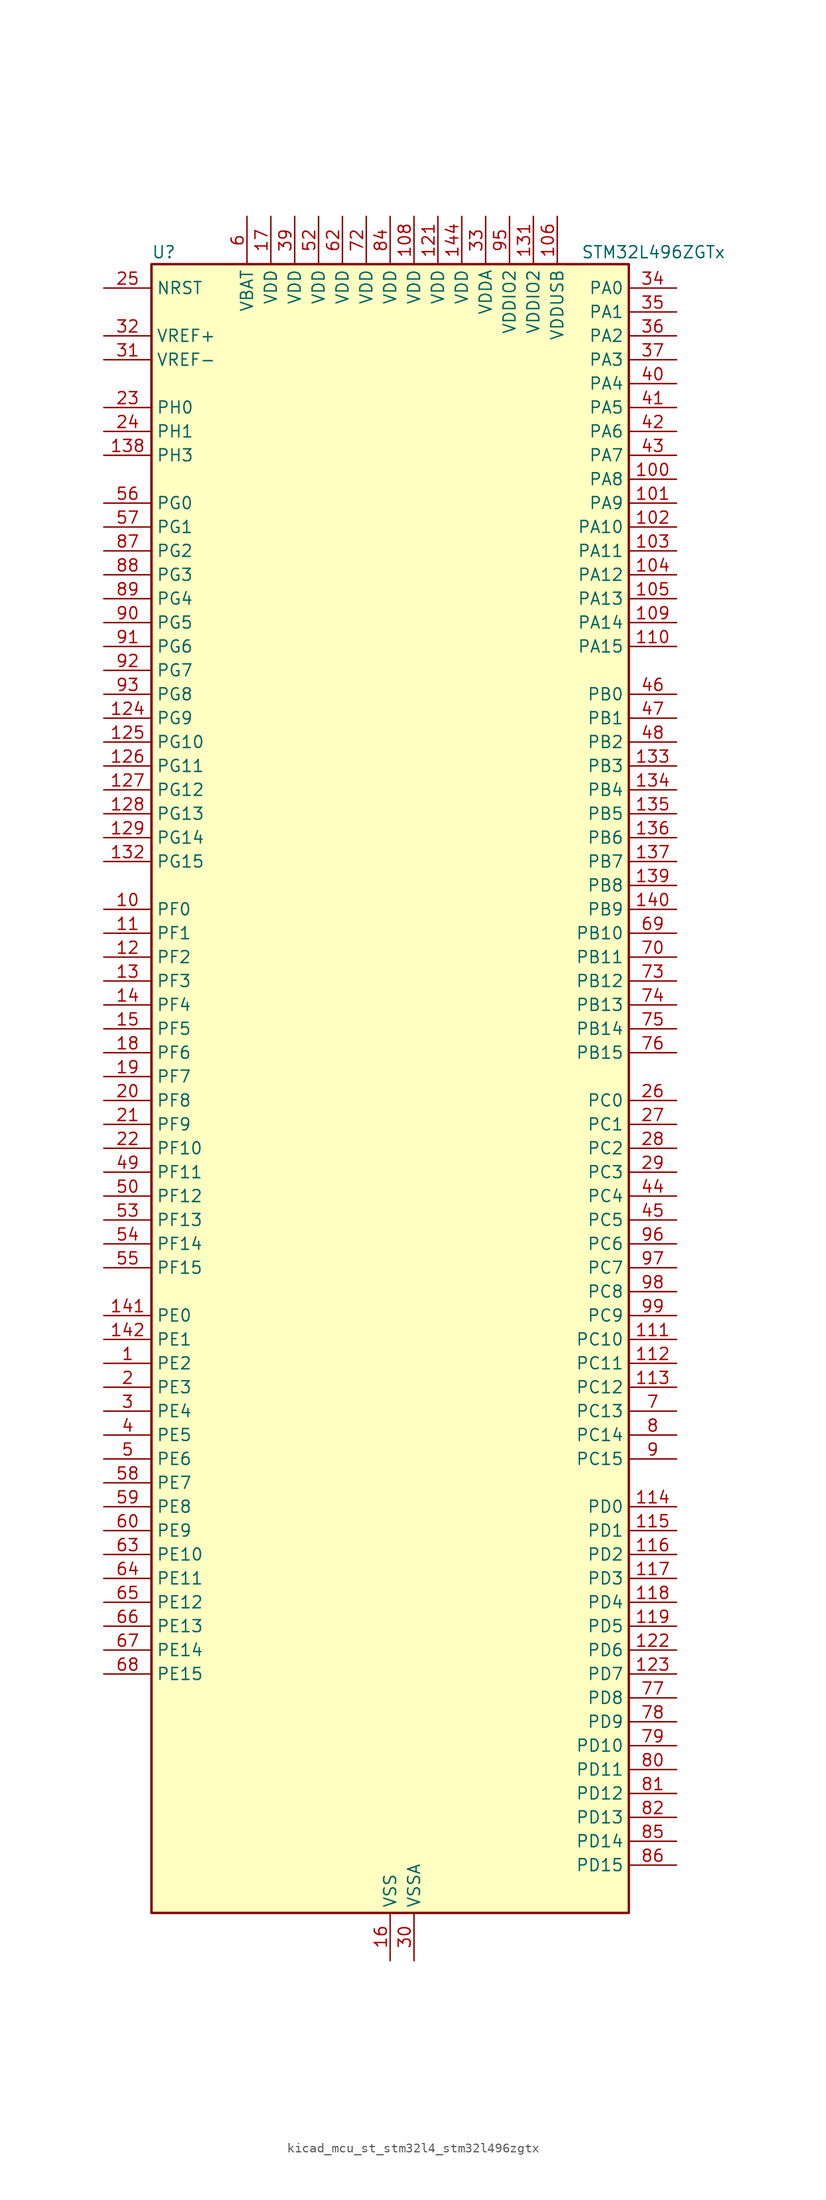
<source format=kicad_sym>
(kicad_symbol_lib
  (version 20220914)
  (generator kicad_symbol_editor)
  (symbol "kicad_mcu_st_stm32l4_stm32l496zgtx"
    (property "Reference" "U"
      (at -25.4 90.17 0)
      (effects (font (size 1.27 1.27)) (justify left)))
    (property "Value" "STM32L496ZGTx"
      (at 20.32 90.17 0)
      (effects (font (size 1.27 1.27)) (justify left)))
    (property "ki_locked" ""
      (at 0 0 0)
      (effects (font (size 1.27 1.27))))
    (symbol "kicad_mcu_st_stm32l4_stm32l496zgtx_0_1"
      (rectangle (start -25.4 -86.36) (end 25.4 88.9) (stroke (width 0.254) (type default)) (fill (type background))))
    (symbol "kicad_mcu_st_stm32l4_stm32l496zgtx_1_1"
      (pin bidirectional line (at -30.48 -27.94 0) (length 5.08) (name "PE2" (effects (font (size 1.27 1.27)))) (number "1" (effects (font (size 1.27 1.27)))) (alternate "FMC_A23" bidirectional line) (alternate "LCD_SEG38" bidirectional line) (alternate "SAI1_MCLK_A" bidirectional line) (alternate "SYS_TRACECLK" bidirectional line) (alternate "TIM3_ETR" bidirectional line) (alternate "TSC_G7_IO1" bidirectional line))
      (pin bidirectional line (at -30.48 20.32 0) (length 5.08) (name "PF0" (effects (font (size 1.27 1.27)))) (number "10" (effects (font (size 1.27 1.27)))) (alternate "FMC_A0" bidirectional line) (alternate "I2C2_SDA" bidirectional line))
      (pin bidirectional line (at 30.48 66.04 180) (length 5.08) (name "PA8" (effects (font (size 1.27 1.27)))) (number "100" (effects (font (size 1.27 1.27)))) (alternate "LCD_COM0" bidirectional line) (alternate "LPTIM2_OUT" bidirectional line) (alternate "RCC_MCO" bidirectional line) (alternate "SAI1_SCK_A" bidirectional line) (alternate "SWPMI1_IO" bidirectional line) (alternate "TIM1_CH1" bidirectional line) (alternate "USART1_CK" bidirectional line) (alternate "USB_OTG_FS_SOF" bidirectional line))
      (pin bidirectional line (at 30.48 63.5 180) (length 5.08) (name "PA9" (effects (font (size 1.27 1.27)))) (number "101" (effects (font (size 1.27 1.27)))) (alternate "DAC1_EXTI9" bidirectional line) (alternate "DCMI_D0" bidirectional line) (alternate "LCD_COM1" bidirectional line) (alternate "SAI1_FS_A" bidirectional line) (alternate "SPI2_SCK" bidirectional line) (alternate "TIM15_BKIN" bidirectional line) (alternate "TIM1_CH2" bidirectional line) (alternate "USART1_TX" bidirectional line) (alternate "USB_OTG_FS_VBUS" bidirectional line))
      (pin bidirectional line (at 30.48 60.96 180) (length 5.08) (name "PA10" (effects (font (size 1.27 1.27)))) (number "102" (effects (font (size 1.27 1.27)))) (alternate "DCMI_D1" bidirectional line) (alternate "LCD_COM2" bidirectional line) (alternate "SAI1_SD_A" bidirectional line) (alternate "TIM17_BKIN" bidirectional line) (alternate "TIM1_CH3" bidirectional line) (alternate "USART1_RX" bidirectional line) (alternate "USB_OTG_FS_ID" bidirectional line))
      (pin bidirectional line (at 30.48 58.42 180) (length 5.08) (name "PA11" (effects (font (size 1.27 1.27)))) (number "103" (effects (font (size 1.27 1.27)))) (alternate "ADC1_EXTI11" bidirectional line) (alternate "ADC2_EXTI11" bidirectional line) (alternate "ADC3_EXTI11" bidirectional line) (alternate "CAN1_RX" bidirectional line) (alternate "SPI1_MISO" bidirectional line) (alternate "TIM1_BKIN2" bidirectional line) (alternate "TIM1_BKIN2_COMP1" bidirectional line) (alternate "TIM1_CH4" bidirectional line) (alternate "USART1_CTS" bidirectional line) (alternate "USB_OTG_FS_DM" bidirectional line))
      (pin bidirectional line (at 30.48 55.88 180) (length 5.08) (name "PA12" (effects (font (size 1.27 1.27)))) (number "104" (effects (font (size 1.27 1.27)))) (alternate "CAN1_TX" bidirectional line) (alternate "SPI1_MOSI" bidirectional line) (alternate "TIM1_ETR" bidirectional line) (alternate "USART1_DE" bidirectional line) (alternate "USART1_RTS" bidirectional line) (alternate "USB_OTG_FS_DP" bidirectional line))
      (pin bidirectional line (at 30.48 53.34 180) (length 5.08) (name "PA13" (effects (font (size 1.27 1.27)))) (number "105" (effects (font (size 1.27 1.27)))) (alternate "IR_OUT" bidirectional line) (alternate "SAI1_SD_B" bidirectional line) (alternate "SWPMI1_TX" bidirectional line) (alternate "SYS_JTMS-SWDIO" bidirectional line) (alternate "USB_OTG_FS_NOE" bidirectional line))
      (pin power_in line (at 17.78 93.98 270) (length 5.08) (name "VDDUSB" (effects (font (size 1.27 1.27)))) (number "106" (effects (font (size 1.27 1.27)))))
      (pin passive line (at 0 -91.44 90) (length 5.08) hide (name "VSS" (effects (font (size 1.27 1.27)))) (number "107" (effects (font (size 1.27 1.27)))))
      (pin power_in line (at 2.54 93.98 270) (length 5.08) (name "VDD" (effects (font (size 1.27 1.27)))) (number "108" (effects (font (size 1.27 1.27)))))
      (pin bidirectional line (at 30.48 50.8 180) (length 5.08) (name "PA14" (effects (font (size 1.27 1.27)))) (number "109" (effects (font (size 1.27 1.27)))) (alternate "I2C1_SMBA" bidirectional line) (alternate "I2C4_SMBA" bidirectional line) (alternate "LPTIM1_OUT" bidirectional line) (alternate "SAI1_FS_B" bidirectional line) (alternate "SWPMI1_RX" bidirectional line) (alternate "SYS_JTCK-SWCLK" bidirectional line) (alternate "USB_OTG_FS_SOF" bidirectional line))
      (pin bidirectional line (at -30.48 17.78 0) (length 5.08) (name "PF1" (effects (font (size 1.27 1.27)))) (number "11" (effects (font (size 1.27 1.27)))) (alternate "FMC_A1" bidirectional line) (alternate "I2C2_SCL" bidirectional line))
      (pin bidirectional line (at 30.48 48.26 180) (length 5.08) (name "PA15" (effects (font (size 1.27 1.27)))) (number "110" (effects (font (size 1.27 1.27)))) (alternate "ADC1_EXTI15" bidirectional line) (alternate "ADC2_EXTI15" bidirectional line) (alternate "ADC3_EXTI15" bidirectional line) (alternate "LCD_SEG17" bidirectional line) (alternate "SAI2_FS_B" bidirectional line) (alternate "SPI1_NSS" bidirectional line) (alternate "SPI3_NSS" bidirectional line) (alternate "SWPMI1_SUSPEND" bidirectional line) (alternate "SYS_JTDI" bidirectional line) (alternate "TIM2_CH1" bidirectional line) (alternate "TIM2_ETR" bidirectional line) (alternate "TSC_G3_IO1" bidirectional line) (alternate "UART4_DE" bidirectional line) (alternate "UART4_RTS" bidirectional line) (alternate "USART2_RX" bidirectional line) (alternate "USART3_DE" bidirectional line) (alternate "USART3_RTS" bidirectional line))
      (pin bidirectional line (at 30.48 -25.4 180) (length 5.08) (name "PC10" (effects (font (size 1.27 1.27)))) (number "111" (effects (font (size 1.27 1.27)))) (alternate "DCMI_D8" bidirectional line) (alternate "LCD_COM4" bidirectional line) (alternate "LCD_SEG28" bidirectional line) (alternate "LCD_SEG40" bidirectional line) (alternate "SAI2_SCK_B" bidirectional line) (alternate "SDMMC1_D2" bidirectional line) (alternate "SPI3_SCK" bidirectional line) (alternate "SYS_TRACED1" bidirectional line) (alternate "TSC_G3_IO2" bidirectional line) (alternate "UART4_TX" bidirectional line) (alternate "USART3_TX" bidirectional line))
      (pin bidirectional line (at 30.48 -27.94 180) (length 5.08) (name "PC11" (effects (font (size 1.27 1.27)))) (number "112" (effects (font (size 1.27 1.27)))) (alternate "ADC1_EXTI11" bidirectional line) (alternate "ADC2_EXTI11" bidirectional line) (alternate "ADC3_EXTI11" bidirectional line) (alternate "DCMI_D4" bidirectional line) (alternate "LCD_COM5" bidirectional line) (alternate "LCD_SEG29" bidirectional line) (alternate "LCD_SEG41" bidirectional line) (alternate "QUADSPI_BK2_NCS" bidirectional line) (alternate "SAI2_MCLK_B" bidirectional line) (alternate "SDMMC1_D3" bidirectional line) (alternate "SPI3_MISO" bidirectional line) (alternate "TSC_G3_IO3" bidirectional line) (alternate "UART4_RX" bidirectional line) (alternate "USART3_RX" bidirectional line))
      (pin bidirectional line (at 30.48 -30.48 180) (length 5.08) (name "PC12" (effects (font (size 1.27 1.27)))) (number "113" (effects (font (size 1.27 1.27)))) (alternate "DCMI_D9" bidirectional line) (alternate "LCD_COM6" bidirectional line) (alternate "LCD_SEG30" bidirectional line) (alternate "LCD_SEG42" bidirectional line) (alternate "SAI2_SD_B" bidirectional line) (alternate "SDMMC1_CK" bidirectional line) (alternate "SPI3_MOSI" bidirectional line) (alternate "SYS_TRACED3" bidirectional line) (alternate "TSC_G3_IO4" bidirectional line) (alternate "UART5_TX" bidirectional line) (alternate "USART3_CK" bidirectional line))
      (pin bidirectional line (at 30.48 -43.18 180) (length 5.08) (name "PD0" (effects (font (size 1.27 1.27)))) (number "114" (effects (font (size 1.27 1.27)))) (alternate "CAN1_RX" bidirectional line) (alternate "DFSDM1_DATIN7" bidirectional line) (alternate "FMC_D2" bidirectional line) (alternate "FMC_DA2" bidirectional line) (alternate "SPI2_NSS" bidirectional line))
      (pin bidirectional line (at 30.48 -45.72 180) (length 5.08) (name "PD1" (effects (font (size 1.27 1.27)))) (number "115" (effects (font (size 1.27 1.27)))) (alternate "CAN1_TX" bidirectional line) (alternate "DFSDM1_CKIN7" bidirectional line) (alternate "FMC_D3" bidirectional line) (alternate "FMC_DA3" bidirectional line) (alternate "SPI2_SCK" bidirectional line))
      (pin bidirectional line (at 30.48 -48.26 180) (length 5.08) (name "PD2" (effects (font (size 1.27 1.27)))) (number "116" (effects (font (size 1.27 1.27)))) (alternate "DCMI_D11" bidirectional line) (alternate "LCD_COM7" bidirectional line) (alternate "LCD_SEG31" bidirectional line) (alternate "LCD_SEG43" bidirectional line) (alternate "SDMMC1_CMD" bidirectional line) (alternate "SYS_TRACED2" bidirectional line) (alternate "TIM3_ETR" bidirectional line) (alternate "TSC_SYNC" bidirectional line) (alternate "UART5_RX" bidirectional line) (alternate "USART3_DE" bidirectional line) (alternate "USART3_RTS" bidirectional line))
      (pin bidirectional line (at 30.48 -50.8 180) (length 5.08) (name "PD3" (effects (font (size 1.27 1.27)))) (number "117" (effects (font (size 1.27 1.27)))) (alternate "DCMI_D5" bidirectional line) (alternate "DFSDM1_DATIN0" bidirectional line) (alternate "FMC_CLK" bidirectional line) (alternate "QUADSPI_BK2_NCS" bidirectional line) (alternate "SPI2_MISO" bidirectional line) (alternate "SPI2_SCK" bidirectional line) (alternate "USART2_CTS" bidirectional line))
      (pin bidirectional line (at 30.48 -53.34 180) (length 5.08) (name "PD4" (effects (font (size 1.27 1.27)))) (number "118" (effects (font (size 1.27 1.27)))) (alternate "DFSDM1_CKIN0" bidirectional line) (alternate "FMC_NOE" bidirectional line) (alternate "QUADSPI_BK2_IO0" bidirectional line) (alternate "SPI2_MOSI" bidirectional line) (alternate "USART2_DE" bidirectional line) (alternate "USART2_RTS" bidirectional line))
      (pin bidirectional line (at 30.48 -55.88 180) (length 5.08) (name "PD5" (effects (font (size 1.27 1.27)))) (number "119" (effects (font (size 1.27 1.27)))) (alternate "FMC_NWE" bidirectional line) (alternate "QUADSPI_BK2_IO1" bidirectional line) (alternate "USART2_TX" bidirectional line))
      (pin bidirectional line (at -30.48 15.24 0) (length 5.08) (name "PF2" (effects (font (size 1.27 1.27)))) (number "12" (effects (font (size 1.27 1.27)))) (alternate "FMC_A2" bidirectional line) (alternate "I2C2_SMBA" bidirectional line))
      (pin passive line (at 0 -91.44 90) (length 5.08) hide (name "VSS" (effects (font (size 1.27 1.27)))) (number "120" (effects (font (size 1.27 1.27)))))
      (pin power_in line (at 5.08 93.98 270) (length 5.08) (name "VDD" (effects (font (size 1.27 1.27)))) (number "121" (effects (font (size 1.27 1.27)))))
      (pin bidirectional line (at 30.48 -58.42 180) (length 5.08) (name "PD6" (effects (font (size 1.27 1.27)))) (number "122" (effects (font (size 1.27 1.27)))) (alternate "DCMI_D10" bidirectional line) (alternate "DFSDM1_DATIN1" bidirectional line) (alternate "FMC_NWAIT" bidirectional line) (alternate "QUADSPI_BK2_IO1" bidirectional line) (alternate "QUADSPI_BK2_IO2" bidirectional line) (alternate "SAI1_SD_A" bidirectional line) (alternate "USART2_RX" bidirectional line))
      (pin bidirectional line (at 30.48 -60.96 180) (length 5.08) (name "PD7" (effects (font (size 1.27 1.27)))) (number "123" (effects (font (size 1.27 1.27)))) (alternate "DFSDM1_CKIN1" bidirectional line) (alternate "FMC_NE1" bidirectional line) (alternate "QUADSPI_BK2_IO3" bidirectional line) (alternate "USART2_CK" bidirectional line))
      (pin bidirectional line (at -30.48 40.64 0) (length 5.08) (name "PG9" (effects (font (size 1.27 1.27)))) (number "124" (effects (font (size 1.27 1.27)))) (alternate "DAC1_EXTI9" bidirectional line) (alternate "FMC_NCE" bidirectional line) (alternate "FMC_NE2" bidirectional line) (alternate "SAI2_SCK_A" bidirectional line) (alternate "SPI3_SCK" bidirectional line) (alternate "TIM15_CH1N" bidirectional line) (alternate "USART1_TX" bidirectional line))
      (pin bidirectional line (at -30.48 38.1 0) (length 5.08) (name "PG10" (effects (font (size 1.27 1.27)))) (number "125" (effects (font (size 1.27 1.27)))) (alternate "FMC_NE3" bidirectional line) (alternate "LPTIM1_IN1" bidirectional line) (alternate "SAI2_FS_A" bidirectional line) (alternate "SPI3_MISO" bidirectional line) (alternate "TIM15_CH1" bidirectional line) (alternate "USART1_RX" bidirectional line))
      (pin bidirectional line (at -30.48 35.56 0) (length 5.08) (name "PG11" (effects (font (size 1.27 1.27)))) (number "126" (effects (font (size 1.27 1.27)))) (alternate "ADC1_EXTI11" bidirectional line) (alternate "ADC2_EXTI11" bidirectional line) (alternate "ADC3_EXTI11" bidirectional line) (alternate "LPTIM1_IN2" bidirectional line) (alternate "SAI2_MCLK_A" bidirectional line) (alternate "SPI3_MOSI" bidirectional line) (alternate "TIM15_CH2" bidirectional line) (alternate "USART1_CTS" bidirectional line))
      (pin bidirectional line (at -30.48 33.02 0) (length 5.08) (name "PG12" (effects (font (size 1.27 1.27)))) (number "127" (effects (font (size 1.27 1.27)))) (alternate "FMC_NE4" bidirectional line) (alternate "LPTIM1_ETR" bidirectional line) (alternate "SAI2_SD_A" bidirectional line) (alternate "SPI3_NSS" bidirectional line) (alternate "USART1_DE" bidirectional line) (alternate "USART1_RTS" bidirectional line))
      (pin bidirectional line (at -30.48 30.48 0) (length 5.08) (name "PG13" (effects (font (size 1.27 1.27)))) (number "128" (effects (font (size 1.27 1.27)))) (alternate "FMC_A24" bidirectional line) (alternate "I2C1_SDA" bidirectional line) (alternate "USART1_CK" bidirectional line))
      (pin bidirectional line (at -30.48 27.94 0) (length 5.08) (name "PG14" (effects (font (size 1.27 1.27)))) (number "129" (effects (font (size 1.27 1.27)))) (alternate "FMC_A25" bidirectional line) (alternate "I2C1_SCL" bidirectional line))
      (pin bidirectional line (at -30.48 12.7 0) (length 5.08) (name "PF3" (effects (font (size 1.27 1.27)))) (number "13" (effects (font (size 1.27 1.27)))) (alternate "ADC3_IN6" bidirectional line) (alternate "FMC_A3" bidirectional line))
      (pin passive line (at 0 -91.44 90) (length 5.08) hide (name "VSS" (effects (font (size 1.27 1.27)))) (number "130" (effects (font (size 1.27 1.27)))))
      (pin power_in line (at 15.24 93.98 270) (length 5.08) (name "VDDIO2" (effects (font (size 1.27 1.27)))) (number "131" (effects (font (size 1.27 1.27)))))
      (pin bidirectional line (at -30.48 25.4 0) (length 5.08) (name "PG15" (effects (font (size 1.27 1.27)))) (number "132" (effects (font (size 1.27 1.27)))) (alternate "ADC1_EXTI15" bidirectional line) (alternate "ADC2_EXTI15" bidirectional line) (alternate "ADC3_EXTI15" bidirectional line) (alternate "DCMI_D13" bidirectional line) (alternate "I2C1_SMBA" bidirectional line) (alternate "LPTIM1_OUT" bidirectional line))
      (pin bidirectional line (at 30.48 35.56 180) (length 5.08) (name "PB3" (effects (font (size 1.27 1.27)))) (number "133" (effects (font (size 1.27 1.27)))) (alternate "COMP2_INM" bidirectional line) (alternate "CRS_SYNC" bidirectional line) (alternate "LCD_SEG7" bidirectional line) (alternate "SAI1_SCK_B" bidirectional line) (alternate "SPI1_SCK" bidirectional line) (alternate "SPI3_SCK" bidirectional line) (alternate "SYS_JTDO-SWO" bidirectional line) (alternate "TIM2_CH2" bidirectional line) (alternate "USART1_DE" bidirectional line) (alternate "USART1_RTS" bidirectional line))
      (pin bidirectional line (at 30.48 33.02 180) (length 5.08) (name "PB4" (effects (font (size 1.27 1.27)))) (number "134" (effects (font (size 1.27 1.27)))) (alternate "COMP2_INP" bidirectional line) (alternate "DCMI_D12" bidirectional line) (alternate "I2C3_SDA" bidirectional line) (alternate "LCD_SEG8" bidirectional line) (alternate "SAI1_MCLK_B" bidirectional line) (alternate "SPI1_MISO" bidirectional line) (alternate "SPI3_MISO" bidirectional line) (alternate "SYS_JTRST" bidirectional line) (alternate "TIM17_BKIN" bidirectional line) (alternate "TIM3_CH1" bidirectional line) (alternate "TSC_G2_IO1" bidirectional line) (alternate "UART5_DE" bidirectional line) (alternate "UART5_RTS" bidirectional line) (alternate "USART1_CTS" bidirectional line))
      (pin bidirectional line (at 30.48 30.48 180) (length 5.08) (name "PB5" (effects (font (size 1.27 1.27)))) (number "135" (effects (font (size 1.27 1.27)))) (alternate "CAN2_RX" bidirectional line) (alternate "COMP2_OUT" bidirectional line) (alternate "DCMI_D10" bidirectional line) (alternate "I2C1_SMBA" bidirectional line) (alternate "LCD_SEG9" bidirectional line) (alternate "LPTIM1_IN1" bidirectional line) (alternate "SAI1_SD_B" bidirectional line) (alternate "SPI1_MOSI" bidirectional line) (alternate "SPI3_MOSI" bidirectional line) (alternate "TIM16_BKIN" bidirectional line) (alternate "TIM3_CH2" bidirectional line) (alternate "TSC_G2_IO2" bidirectional line) (alternate "UART5_CTS" bidirectional line) (alternate "USART1_CK" bidirectional line))
      (pin bidirectional line (at 30.48 27.94 180) (length 5.08) (name "PB6" (effects (font (size 1.27 1.27)))) (number "136" (effects (font (size 1.27 1.27)))) (alternate "CAN2_TX" bidirectional line) (alternate "COMP2_INP" bidirectional line) (alternate "DCMI_D5" bidirectional line) (alternate "DFSDM1_DATIN5" bidirectional line) (alternate "I2C1_SCL" bidirectional line) (alternate "I2C4_SCL" bidirectional line) (alternate "LPTIM1_ETR" bidirectional line) (alternate "SAI1_FS_B" bidirectional line) (alternate "TIM16_CH1N" bidirectional line) (alternate "TIM4_CH1" bidirectional line) (alternate "TIM8_BKIN2" bidirectional line) (alternate "TIM8_BKIN2_COMP2" bidirectional line) (alternate "TSC_G2_IO3" bidirectional line) (alternate "USART1_TX" bidirectional line))
      (pin bidirectional line (at 30.48 25.4 180) (length 5.08) (name "PB7" (effects (font (size 1.27 1.27)))) (number "137" (effects (font (size 1.27 1.27)))) (alternate "COMP2_INM" bidirectional line) (alternate "DCMI_VSYNC" bidirectional line) (alternate "DFSDM1_CKIN5" bidirectional line) (alternate "FMC_NL" bidirectional line) (alternate "I2C1_SDA" bidirectional line) (alternate "I2C4_SDA" bidirectional line) (alternate "LCD_SEG21" bidirectional line) (alternate "LPTIM1_IN2" bidirectional line) (alternate "SYS_PVD_IN" bidirectional line) (alternate "TIM17_CH1N" bidirectional line) (alternate "TIM4_CH2" bidirectional line) (alternate "TIM8_BKIN" bidirectional line) (alternate "TIM8_BKIN_COMP1" bidirectional line) (alternate "TSC_G2_IO4" bidirectional line) (alternate "UART4_CTS" bidirectional line) (alternate "USART1_RX" bidirectional line))
      (pin bidirectional line (at -30.48 68.58 0) (length 5.08) (name "PH3" (effects (font (size 1.27 1.27)))) (number "138" (effects (font (size 1.27 1.27)))))
      (pin bidirectional line (at 30.48 22.86 180) (length 5.08) (name "PB8" (effects (font (size 1.27 1.27)))) (number "139" (effects (font (size 1.27 1.27)))) (alternate "CAN1_RX" bidirectional line) (alternate "DCMI_D6" bidirectional line) (alternate "DFSDM1_DATIN6" bidirectional line) (alternate "I2C1_SCL" bidirectional line) (alternate "LCD_SEG16" bidirectional line) (alternate "SAI1_MCLK_A" bidirectional line) (alternate "SDMMC1_D4" bidirectional line) (alternate "TIM16_CH1" bidirectional line) (alternate "TIM4_CH3" bidirectional line))
      (pin bidirectional line (at -30.48 10.16 0) (length 5.08) (name "PF4" (effects (font (size 1.27 1.27)))) (number "14" (effects (font (size 1.27 1.27)))) (alternate "ADC3_IN7" bidirectional line) (alternate "FMC_A4" bidirectional line))
      (pin bidirectional line (at 30.48 20.32 180) (length 5.08) (name "PB9" (effects (font (size 1.27 1.27)))) (number "140" (effects (font (size 1.27 1.27)))) (alternate "CAN1_TX" bidirectional line) (alternate "DAC1_EXTI9" bidirectional line) (alternate "DCMI_D7" bidirectional line) (alternate "DFSDM1_CKIN6" bidirectional line) (alternate "I2C1_SDA" bidirectional line) (alternate "IR_OUT" bidirectional line) (alternate "LCD_COM3" bidirectional line) (alternate "SAI1_FS_A" bidirectional line) (alternate "SDMMC1_D5" bidirectional line) (alternate "SPI2_NSS" bidirectional line) (alternate "TIM17_CH1" bidirectional line) (alternate "TIM4_CH4" bidirectional line))
      (pin bidirectional line (at -30.48 -22.86 0) (length 5.08) (name "PE0" (effects (font (size 1.27 1.27)))) (number "141" (effects (font (size 1.27 1.27)))) (alternate "DCMI_D2" bidirectional line) (alternate "FMC_NBL0" bidirectional line) (alternate "LCD_SEG36" bidirectional line) (alternate "TIM16_CH1" bidirectional line) (alternate "TIM4_ETR" bidirectional line))
      (pin bidirectional line (at -30.48 -25.4 0) (length 5.08) (name "PE1" (effects (font (size 1.27 1.27)))) (number "142" (effects (font (size 1.27 1.27)))) (alternate "DCMI_D3" bidirectional line) (alternate "FMC_NBL1" bidirectional line) (alternate "LCD_SEG37" bidirectional line) (alternate "TIM17_CH1" bidirectional line))
      (pin passive line (at 0 -91.44 90) (length 5.08) hide (name "VSS" (effects (font (size 1.27 1.27)))) (number "143" (effects (font (size 1.27 1.27)))))
      (pin power_in line (at 7.62 93.98 270) (length 5.08) (name "VDD" (effects (font (size 1.27 1.27)))) (number "144" (effects (font (size 1.27 1.27)))))
      (pin bidirectional line (at -30.48 7.62 0) (length 5.08) (name "PF5" (effects (font (size 1.27 1.27)))) (number "15" (effects (font (size 1.27 1.27)))) (alternate "ADC3_IN8" bidirectional line) (alternate "FMC_A5" bidirectional line))
      (pin power_in line (at 0 -91.44 90) (length 5.08) (name "VSS" (effects (font (size 1.27 1.27)))) (number "16" (effects (font (size 1.27 1.27)))))
      (pin power_in line (at -12.7 93.98 270) (length 5.08) (name "VDD" (effects (font (size 1.27 1.27)))) (number "17" (effects (font (size 1.27 1.27)))))
      (pin bidirectional line (at -30.48 5.08 0) (length 5.08) (name "PF6" (effects (font (size 1.27 1.27)))) (number "18" (effects (font (size 1.27 1.27)))) (alternate "ADC3_IN9" bidirectional line) (alternate "QUADSPI_BK1_IO3" bidirectional line) (alternate "SAI1_SD_B" bidirectional line) (alternate "TIM5_CH1" bidirectional line) (alternate "TIM5_ETR" bidirectional line))
      (pin bidirectional line (at -30.48 2.54 0) (length 5.08) (name "PF7" (effects (font (size 1.27 1.27)))) (number "19" (effects (font (size 1.27 1.27)))) (alternate "ADC3_IN10" bidirectional line) (alternate "QUADSPI_BK1_IO2" bidirectional line) (alternate "SAI1_MCLK_B" bidirectional line) (alternate "TIM5_CH2" bidirectional line))
      (pin bidirectional line (at -30.48 -30.48 0) (length 5.08) (name "PE3" (effects (font (size 1.27 1.27)))) (number "2" (effects (font (size 1.27 1.27)))) (alternate "FMC_A19" bidirectional line) (alternate "LCD_SEG39" bidirectional line) (alternate "SAI1_SD_B" bidirectional line) (alternate "SYS_TRACED0" bidirectional line) (alternate "TIM3_CH1" bidirectional line) (alternate "TSC_G7_IO2" bidirectional line))
      (pin bidirectional line (at -30.48 0 0) (length 5.08) (name "PF8" (effects (font (size 1.27 1.27)))) (number "20" (effects (font (size 1.27 1.27)))) (alternate "ADC3_IN11" bidirectional line) (alternate "QUADSPI_BK1_IO0" bidirectional line) (alternate "SAI1_SCK_B" bidirectional line) (alternate "TIM5_CH3" bidirectional line))
      (pin bidirectional line (at -30.48 -2.54 0) (length 5.08) (name "PF9" (effects (font (size 1.27 1.27)))) (number "21" (effects (font (size 1.27 1.27)))) (alternate "ADC3_IN12" bidirectional line) (alternate "DAC1_EXTI9" bidirectional line) (alternate "QUADSPI_BK1_IO1" bidirectional line) (alternate "SAI1_FS_B" bidirectional line) (alternate "TIM15_CH1" bidirectional line) (alternate "TIM5_CH4" bidirectional line))
      (pin bidirectional line (at -30.48 -5.08 0) (length 5.08) (name "PF10" (effects (font (size 1.27 1.27)))) (number "22" (effects (font (size 1.27 1.27)))) (alternate "ADC3_IN13" bidirectional line) (alternate "DCMI_D11" bidirectional line) (alternate "QUADSPI_CLK" bidirectional line) (alternate "TIM15_CH2" bidirectional line))
      (pin bidirectional line (at -30.48 73.66 0) (length 5.08) (name "PH0" (effects (font (size 1.27 1.27)))) (number "23" (effects (font (size 1.27 1.27)))) (alternate "RCC_OSC_IN" bidirectional line))
      (pin bidirectional line (at -30.48 71.12 0) (length 5.08) (name "PH1" (effects (font (size 1.27 1.27)))) (number "24" (effects (font (size 1.27 1.27)))) (alternate "RCC_OSC_OUT" bidirectional line))
      (pin input line (at -30.48 86.36 0) (length 5.08) (name "NRST" (effects (font (size 1.27 1.27)))) (number "25" (effects (font (size 1.27 1.27)))))
      (pin bidirectional line (at 30.48 0 180) (length 5.08) (name "PC0" (effects (font (size 1.27 1.27)))) (number "26" (effects (font (size 1.27 1.27)))) (alternate "ADC1_IN1" bidirectional line) (alternate "ADC2_IN1" bidirectional line) (alternate "ADC3_IN1" bidirectional line) (alternate "DFSDM1_DATIN4" bidirectional line) (alternate "I2C3_SCL" bidirectional line) (alternate "I2C4_SCL" bidirectional line) (alternate "LCD_SEG18" bidirectional line) (alternate "LPTIM1_IN1" bidirectional line) (alternate "LPTIM2_IN1" bidirectional line) (alternate "LPUART1_RX" bidirectional line))
      (pin bidirectional line (at 30.48 -2.54 180) (length 5.08) (name "PC1" (effects (font (size 1.27 1.27)))) (number "27" (effects (font (size 1.27 1.27)))) (alternate "ADC1_IN2" bidirectional line) (alternate "ADC2_IN2" bidirectional line) (alternate "ADC3_IN2" bidirectional line) (alternate "DFSDM1_CKIN4" bidirectional line) (alternate "I2C3_SDA" bidirectional line) (alternate "I2C4_SDA" bidirectional line) (alternate "LCD_SEG19" bidirectional line) (alternate "LPTIM1_OUT" bidirectional line) (alternate "LPUART1_TX" bidirectional line) (alternate "QUADSPI_BK2_IO0" bidirectional line) (alternate "SAI1_SD_A" bidirectional line) (alternate "SPI2_MOSI" bidirectional line) (alternate "SYS_TRACED0" bidirectional line))
      (pin bidirectional line (at 30.48 -5.08 180) (length 5.08) (name "PC2" (effects (font (size 1.27 1.27)))) (number "28" (effects (font (size 1.27 1.27)))) (alternate "ADC1_IN3" bidirectional line) (alternate "ADC2_IN3" bidirectional line) (alternate "ADC3_IN3" bidirectional line) (alternate "DFSDM1_CKOUT" bidirectional line) (alternate "LCD_SEG20" bidirectional line) (alternate "LPTIM1_IN2" bidirectional line) (alternate "QUADSPI_BK2_IO1" bidirectional line) (alternate "SPI2_MISO" bidirectional line))
      (pin bidirectional line (at 30.48 -7.62 180) (length 5.08) (name "PC3" (effects (font (size 1.27 1.27)))) (number "29" (effects (font (size 1.27 1.27)))) (alternate "ADC1_IN4" bidirectional line) (alternate "ADC2_IN4" bidirectional line) (alternate "ADC3_IN4" bidirectional line) (alternate "LCD_VLCD" bidirectional line) (alternate "LPTIM1_ETR" bidirectional line) (alternate "LPTIM2_ETR" bidirectional line) (alternate "QUADSPI_BK2_IO2" bidirectional line) (alternate "SAI1_SD_A" bidirectional line) (alternate "SPI2_MOSI" bidirectional line))
      (pin bidirectional line (at -30.48 -33.02 0) (length 5.08) (name "PE4" (effects (font (size 1.27 1.27)))) (number "3" (effects (font (size 1.27 1.27)))) (alternate "DCMI_D4" bidirectional line) (alternate "DFSDM1_DATIN3" bidirectional line) (alternate "FMC_A20" bidirectional line) (alternate "SAI1_FS_A" bidirectional line) (alternate "SYS_TRACED1" bidirectional line) (alternate "TIM3_CH2" bidirectional line) (alternate "TSC_G7_IO3" bidirectional line))
      (pin power_in line (at 2.54 -91.44 90) (length 5.08) (name "VSSA" (effects (font (size 1.27 1.27)))) (number "30" (effects (font (size 1.27 1.27)))))
      (pin input line (at -30.48 78.74 0) (length 5.08) (name "VREF-" (effects (font (size 1.27 1.27)))) (number "31" (effects (font (size 1.27 1.27)))))
      (pin input line (at -30.48 81.28 0) (length 5.08) (name "VREF+" (effects (font (size 1.27 1.27)))) (number "32" (effects (font (size 1.27 1.27)))) (alternate "VREFBUF_OUT" bidirectional line))
      (pin power_in line (at 10.16 93.98 270) (length 5.08) (name "VDDA" (effects (font (size 1.27 1.27)))) (number "33" (effects (font (size 1.27 1.27)))))
      (pin bidirectional line (at 30.48 86.36 180) (length 5.08) (name "PA0" (effects (font (size 1.27 1.27)))) (number "34" (effects (font (size 1.27 1.27)))) (alternate "ADC1_IN5" bidirectional line) (alternate "ADC2_IN5" bidirectional line) (alternate "OPAMP1_VINP" bidirectional line) (alternate "RTC_TAMP2" bidirectional line) (alternate "SAI1_EXTCLK" bidirectional line) (alternate "SYS_WKUP1" bidirectional line) (alternate "TIM2_CH1" bidirectional line) (alternate "TIM2_ETR" bidirectional line) (alternate "TIM5_CH1" bidirectional line) (alternate "TIM8_ETR" bidirectional line) (alternate "UART4_TX" bidirectional line) (alternate "USART2_CTS" bidirectional line))
      (pin bidirectional line (at 30.48 83.82 180) (length 5.08) (name "PA1" (effects (font (size 1.27 1.27)))) (number "35" (effects (font (size 1.27 1.27)))) (alternate "ADC1_IN6" bidirectional line) (alternate "ADC2_IN6" bidirectional line) (alternate "I2C1_SMBA" bidirectional line) (alternate "LCD_SEG0" bidirectional line) (alternate "OPAMP1_VINM" bidirectional line) (alternate "SPI1_SCK" bidirectional line) (alternate "TIM15_CH1N" bidirectional line) (alternate "TIM2_CH2" bidirectional line) (alternate "TIM5_CH2" bidirectional line) (alternate "UART4_RX" bidirectional line) (alternate "USART2_DE" bidirectional line) (alternate "USART2_RTS" bidirectional line))
      (pin bidirectional line (at 30.48 81.28 180) (length 5.08) (name "PA2" (effects (font (size 1.27 1.27)))) (number "36" (effects (font (size 1.27 1.27)))) (alternate "ADC1_IN7" bidirectional line) (alternate "ADC2_IN7" bidirectional line) (alternate "LCD_SEG1" bidirectional line) (alternate "LPUART1_TX" bidirectional line) (alternate "QUADSPI_BK1_NCS" bidirectional line) (alternate "RCC_LSCO" bidirectional line) (alternate "SAI2_EXTCLK" bidirectional line) (alternate "SYS_WKUP4" bidirectional line) (alternate "TIM15_CH1" bidirectional line) (alternate "TIM2_CH3" bidirectional line) (alternate "TIM5_CH3" bidirectional line) (alternate "USART2_TX" bidirectional line))
      (pin bidirectional line (at 30.48 78.74 180) (length 5.08) (name "PA3" (effects (font (size 1.27 1.27)))) (number "37" (effects (font (size 1.27 1.27)))) (alternate "ADC1_IN8" bidirectional line) (alternate "ADC2_IN8" bidirectional line) (alternate "LCD_SEG2" bidirectional line) (alternate "LPUART1_RX" bidirectional line) (alternate "OPAMP1_VOUT" bidirectional line) (alternate "QUADSPI_CLK" bidirectional line) (alternate "SAI1_MCLK_A" bidirectional line) (alternate "TIM15_CH2" bidirectional line) (alternate "TIM2_CH4" bidirectional line) (alternate "TIM5_CH4" bidirectional line) (alternate "USART2_RX" bidirectional line))
      (pin passive line (at 0 -91.44 90) (length 5.08) hide (name "VSS" (effects (font (size 1.27 1.27)))) (number "38" (effects (font (size 1.27 1.27)))))
      (pin power_in line (at -10.16 93.98 270) (length 5.08) (name "VDD" (effects (font (size 1.27 1.27)))) (number "39" (effects (font (size 1.27 1.27)))))
      (pin bidirectional line (at -30.48 -35.56 0) (length 5.08) (name "PE5" (effects (font (size 1.27 1.27)))) (number "4" (effects (font (size 1.27 1.27)))) (alternate "DCMI_D6" bidirectional line) (alternate "DFSDM1_CKIN3" bidirectional line) (alternate "FMC_A21" bidirectional line) (alternate "SAI1_SCK_A" bidirectional line) (alternate "SYS_TRACED2" bidirectional line) (alternate "TIM3_CH3" bidirectional line) (alternate "TSC_G7_IO4" bidirectional line))
      (pin bidirectional line (at 30.48 76.2 180) (length 5.08) (name "PA4" (effects (font (size 1.27 1.27)))) (number "40" (effects (font (size 1.27 1.27)))) (alternate "ADC1_IN9" bidirectional line) (alternate "ADC2_IN9" bidirectional line) (alternate "DAC1_OUT1" bidirectional line) (alternate "DCMI_HSYNC" bidirectional line) (alternate "LPTIM2_OUT" bidirectional line) (alternate "SAI1_FS_B" bidirectional line) (alternate "SPI1_NSS" bidirectional line) (alternate "SPI3_NSS" bidirectional line) (alternate "USART2_CK" bidirectional line))
      (pin bidirectional line (at 30.48 73.66 180) (length 5.08) (name "PA5" (effects (font (size 1.27 1.27)))) (number "41" (effects (font (size 1.27 1.27)))) (alternate "ADC1_IN10" bidirectional line) (alternate "ADC2_IN10" bidirectional line) (alternate "DAC1_OUT2" bidirectional line) (alternate "LPTIM2_ETR" bidirectional line) (alternate "SPI1_SCK" bidirectional line) (alternate "TIM2_CH1" bidirectional line) (alternate "TIM2_ETR" bidirectional line) (alternate "TIM8_CH1N" bidirectional line))
      (pin bidirectional line (at 30.48 71.12 180) (length 5.08) (name "PA6" (effects (font (size 1.27 1.27)))) (number "42" (effects (font (size 1.27 1.27)))) (alternate "ADC1_IN11" bidirectional line) (alternate "ADC2_IN11" bidirectional line) (alternate "DCMI_PIXCLK" bidirectional line) (alternate "LCD_SEG3" bidirectional line) (alternate "LPUART1_CTS" bidirectional line) (alternate "OPAMP2_VINP" bidirectional line) (alternate "QUADSPI_BK1_IO3" bidirectional line) (alternate "SPI1_MISO" bidirectional line) (alternate "TIM16_CH1" bidirectional line) (alternate "TIM1_BKIN" bidirectional line) (alternate "TIM1_BKIN_COMP2" bidirectional line) (alternate "TIM3_CH1" bidirectional line) (alternate "TIM8_BKIN" bidirectional line) (alternate "TIM8_BKIN_COMP2" bidirectional line) (alternate "USART3_CTS" bidirectional line))
      (pin bidirectional line (at 30.48 68.58 180) (length 5.08) (name "PA7" (effects (font (size 1.27 1.27)))) (number "43" (effects (font (size 1.27 1.27)))) (alternate "ADC1_IN12" bidirectional line) (alternate "ADC2_IN12" bidirectional line) (alternate "I2C3_SCL" bidirectional line) (alternate "LCD_SEG4" bidirectional line) (alternate "OPAMP2_VINM" bidirectional line) (alternate "QUADSPI_BK1_IO2" bidirectional line) (alternate "SPI1_MOSI" bidirectional line) (alternate "TIM17_CH1" bidirectional line) (alternate "TIM1_CH1N" bidirectional line) (alternate "TIM3_CH2" bidirectional line) (alternate "TIM8_CH1N" bidirectional line))
      (pin bidirectional line (at 30.48 -10.16 180) (length 5.08) (name "PC4" (effects (font (size 1.27 1.27)))) (number "44" (effects (font (size 1.27 1.27)))) (alternate "ADC1_IN13" bidirectional line) (alternate "ADC2_IN13" bidirectional line) (alternate "COMP1_INM" bidirectional line) (alternate "LCD_SEG22" bidirectional line) (alternate "QUADSPI_BK2_IO3" bidirectional line) (alternate "USART3_TX" bidirectional line))
      (pin bidirectional line (at 30.48 -12.7 180) (length 5.08) (name "PC5" (effects (font (size 1.27 1.27)))) (number "45" (effects (font (size 1.27 1.27)))) (alternate "ADC1_IN14" bidirectional line) (alternate "ADC2_IN14" bidirectional line) (alternate "COMP1_INP" bidirectional line) (alternate "LCD_SEG23" bidirectional line) (alternate "SYS_WKUP5" bidirectional line) (alternate "USART3_RX" bidirectional line))
      (pin bidirectional line (at 30.48 43.18 180) (length 5.08) (name "PB0" (effects (font (size 1.27 1.27)))) (number "46" (effects (font (size 1.27 1.27)))) (alternate "ADC1_IN15" bidirectional line) (alternate "ADC2_IN15" bidirectional line) (alternate "COMP1_OUT" bidirectional line) (alternate "LCD_SEG5" bidirectional line) (alternate "OPAMP2_VOUT" bidirectional line) (alternate "QUADSPI_BK1_IO1" bidirectional line) (alternate "SAI1_EXTCLK" bidirectional line) (alternate "SPI1_NSS" bidirectional line) (alternate "TIM1_CH2N" bidirectional line) (alternate "TIM3_CH3" bidirectional line) (alternate "TIM8_CH2N" bidirectional line) (alternate "USART3_CK" bidirectional line))
      (pin bidirectional line (at 30.48 40.64 180) (length 5.08) (name "PB1" (effects (font (size 1.27 1.27)))) (number "47" (effects (font (size 1.27 1.27)))) (alternate "ADC1_IN16" bidirectional line) (alternate "ADC2_IN16" bidirectional line) (alternate "COMP1_INM" bidirectional line) (alternate "DFSDM1_DATIN0" bidirectional line) (alternate "LCD_SEG6" bidirectional line) (alternate "LPTIM2_IN1" bidirectional line) (alternate "LPUART1_DE" bidirectional line) (alternate "LPUART1_RTS" bidirectional line) (alternate "QUADSPI_BK1_IO0" bidirectional line) (alternate "TIM1_CH3N" bidirectional line) (alternate "TIM3_CH4" bidirectional line) (alternate "TIM8_CH3N" bidirectional line) (alternate "USART3_DE" bidirectional line) (alternate "USART3_RTS" bidirectional line))
      (pin bidirectional line (at 30.48 38.1 180) (length 5.08) (name "PB2" (effects (font (size 1.27 1.27)))) (number "48" (effects (font (size 1.27 1.27)))) (alternate "COMP1_INP" bidirectional line) (alternate "DFSDM1_CKIN0" bidirectional line) (alternate "I2C3_SMBA" bidirectional line) (alternate "LCD_VLCD" bidirectional line) (alternate "LPTIM1_OUT" bidirectional line) (alternate "RTC_OUT_ALARM" bidirectional line) (alternate "RTC_OUT_CALIB" bidirectional line))
      (pin bidirectional line (at -30.48 -7.62 0) (length 5.08) (name "PF11" (effects (font (size 1.27 1.27)))) (number "49" (effects (font (size 1.27 1.27)))) (alternate "ADC1_EXTI11" bidirectional line) (alternate "ADC2_EXTI11" bidirectional line) (alternate "ADC3_EXTI11" bidirectional line) (alternate "DCMI_D12" bidirectional line))
      (pin bidirectional line (at -30.48 -38.1 0) (length 5.08) (name "PE6" (effects (font (size 1.27 1.27)))) (number "5" (effects (font (size 1.27 1.27)))) (alternate "DCMI_D7" bidirectional line) (alternate "FMC_A22" bidirectional line) (alternate "RTC_TAMP3" bidirectional line) (alternate "SAI1_SD_A" bidirectional line) (alternate "SYS_TRACED3" bidirectional line) (alternate "SYS_WKUP3" bidirectional line) (alternate "TIM3_CH4" bidirectional line))
      (pin bidirectional line (at -30.48 -10.16 0) (length 5.08) (name "PF12" (effects (font (size 1.27 1.27)))) (number "50" (effects (font (size 1.27 1.27)))) (alternate "FMC_A6" bidirectional line))
      (pin passive line (at 0 -91.44 90) (length 5.08) hide (name "VSS" (effects (font (size 1.27 1.27)))) (number "51" (effects (font (size 1.27 1.27)))))
      (pin power_in line (at -7.62 93.98 270) (length 5.08) (name "VDD" (effects (font (size 1.27 1.27)))) (number "52" (effects (font (size 1.27 1.27)))))
      (pin bidirectional line (at -30.48 -12.7 0) (length 5.08) (name "PF13" (effects (font (size 1.27 1.27)))) (number "53" (effects (font (size 1.27 1.27)))) (alternate "DFSDM1_DATIN6" bidirectional line) (alternate "FMC_A7" bidirectional line) (alternate "I2C4_SMBA" bidirectional line))
      (pin bidirectional line (at -30.48 -15.24 0) (length 5.08) (name "PF14" (effects (font (size 1.27 1.27)))) (number "54" (effects (font (size 1.27 1.27)))) (alternate "DFSDM1_CKIN6" bidirectional line) (alternate "FMC_A8" bidirectional line) (alternate "I2C4_SCL" bidirectional line) (alternate "TSC_G8_IO1" bidirectional line))
      (pin bidirectional line (at -30.48 -17.78 0) (length 5.08) (name "PF15" (effects (font (size 1.27 1.27)))) (number "55" (effects (font (size 1.27 1.27)))) (alternate "ADC1_EXTI15" bidirectional line) (alternate "ADC2_EXTI15" bidirectional line) (alternate "ADC3_EXTI15" bidirectional line) (alternate "FMC_A9" bidirectional line) (alternate "I2C4_SDA" bidirectional line) (alternate "TSC_G8_IO2" bidirectional line))
      (pin bidirectional line (at -30.48 63.5 0) (length 5.08) (name "PG0" (effects (font (size 1.27 1.27)))) (number "56" (effects (font (size 1.27 1.27)))) (alternate "FMC_A10" bidirectional line) (alternate "TSC_G8_IO3" bidirectional line))
      (pin bidirectional line (at -30.48 60.96 0) (length 5.08) (name "PG1" (effects (font (size 1.27 1.27)))) (number "57" (effects (font (size 1.27 1.27)))) (alternate "FMC_A11" bidirectional line) (alternate "TSC_G8_IO4" bidirectional line))
      (pin bidirectional line (at -30.48 -40.64 0) (length 5.08) (name "PE7" (effects (font (size 1.27 1.27)))) (number "58" (effects (font (size 1.27 1.27)))) (alternate "DFSDM1_DATIN2" bidirectional line) (alternate "FMC_D4" bidirectional line) (alternate "FMC_DA4" bidirectional line) (alternate "SAI1_SD_B" bidirectional line) (alternate "TIM1_ETR" bidirectional line))
      (pin bidirectional line (at -30.48 -43.18 0) (length 5.08) (name "PE8" (effects (font (size 1.27 1.27)))) (number "59" (effects (font (size 1.27 1.27)))) (alternate "DFSDM1_CKIN2" bidirectional line) (alternate "FMC_D5" bidirectional line) (alternate "FMC_DA5" bidirectional line) (alternate "SAI1_SCK_B" bidirectional line) (alternate "TIM1_CH1N" bidirectional line))
      (pin power_in line (at -15.24 93.98 270) (length 5.08) (name "VBAT" (effects (font (size 1.27 1.27)))) (number "6" (effects (font (size 1.27 1.27)))))
      (pin bidirectional line (at -30.48 -45.72 0) (length 5.08) (name "PE9" (effects (font (size 1.27 1.27)))) (number "60" (effects (font (size 1.27 1.27)))) (alternate "DAC1_EXTI9" bidirectional line) (alternate "DFSDM1_CKOUT" bidirectional line) (alternate "FMC_D6" bidirectional line) (alternate "FMC_DA6" bidirectional line) (alternate "SAI1_FS_B" bidirectional line) (alternate "TIM1_CH1" bidirectional line))
      (pin passive line (at 0 -91.44 90) (length 5.08) hide (name "VSS" (effects (font (size 1.27 1.27)))) (number "61" (effects (font (size 1.27 1.27)))))
      (pin power_in line (at -5.08 93.98 270) (length 5.08) (name "VDD" (effects (font (size 1.27 1.27)))) (number "62" (effects (font (size 1.27 1.27)))))
      (pin bidirectional line (at -30.48 -48.26 0) (length 5.08) (name "PE10" (effects (font (size 1.27 1.27)))) (number "63" (effects (font (size 1.27 1.27)))) (alternate "DFSDM1_DATIN4" bidirectional line) (alternate "FMC_D7" bidirectional line) (alternate "FMC_DA7" bidirectional line) (alternate "QUADSPI_CLK" bidirectional line) (alternate "SAI1_MCLK_B" bidirectional line) (alternate "TIM1_CH2N" bidirectional line) (alternate "TSC_G5_IO1" bidirectional line))
      (pin bidirectional line (at -30.48 -50.8 0) (length 5.08) (name "PE11" (effects (font (size 1.27 1.27)))) (number "64" (effects (font (size 1.27 1.27)))) (alternate "ADC1_EXTI11" bidirectional line) (alternate "ADC2_EXTI11" bidirectional line) (alternate "ADC3_EXTI11" bidirectional line) (alternate "DFSDM1_CKIN4" bidirectional line) (alternate "FMC_D8" bidirectional line) (alternate "FMC_DA8" bidirectional line) (alternate "QUADSPI_BK1_NCS" bidirectional line) (alternate "TIM1_CH2" bidirectional line) (alternate "TSC_G5_IO2" bidirectional line))
      (pin bidirectional line (at -30.48 -53.34 0) (length 5.08) (name "PE12" (effects (font (size 1.27 1.27)))) (number "65" (effects (font (size 1.27 1.27)))) (alternate "DFSDM1_DATIN5" bidirectional line) (alternate "FMC_D9" bidirectional line) (alternate "FMC_DA9" bidirectional line) (alternate "QUADSPI_BK1_IO0" bidirectional line) (alternate "SPI1_NSS" bidirectional line) (alternate "TIM1_CH3N" bidirectional line) (alternate "TSC_G5_IO3" bidirectional line))
      (pin bidirectional line (at -30.48 -55.88 0) (length 5.08) (name "PE13" (effects (font (size 1.27 1.27)))) (number "66" (effects (font (size 1.27 1.27)))) (alternate "DFSDM1_CKIN5" bidirectional line) (alternate "FMC_D10" bidirectional line) (alternate "FMC_DA10" bidirectional line) (alternate "QUADSPI_BK1_IO1" bidirectional line) (alternate "SPI1_SCK" bidirectional line) (alternate "TIM1_CH3" bidirectional line) (alternate "TSC_G5_IO4" bidirectional line))
      (pin bidirectional line (at -30.48 -58.42 0) (length 5.08) (name "PE14" (effects (font (size 1.27 1.27)))) (number "67" (effects (font (size 1.27 1.27)))) (alternate "FMC_D11" bidirectional line) (alternate "FMC_DA11" bidirectional line) (alternate "QUADSPI_BK1_IO2" bidirectional line) (alternate "SPI1_MISO" bidirectional line) (alternate "TIM1_BKIN2" bidirectional line) (alternate "TIM1_BKIN2_COMP2" bidirectional line) (alternate "TIM1_CH4" bidirectional line))
      (pin bidirectional line (at -30.48 -60.96 0) (length 5.08) (name "PE15" (effects (font (size 1.27 1.27)))) (number "68" (effects (font (size 1.27 1.27)))) (alternate "ADC1_EXTI15" bidirectional line) (alternate "ADC2_EXTI15" bidirectional line) (alternate "ADC3_EXTI15" bidirectional line) (alternate "FMC_D12" bidirectional line) (alternate "FMC_DA12" bidirectional line) (alternate "QUADSPI_BK1_IO3" bidirectional line) (alternate "SPI1_MOSI" bidirectional line) (alternate "TIM1_BKIN" bidirectional line) (alternate "TIM1_BKIN_COMP1" bidirectional line))
      (pin bidirectional line (at 30.48 17.78 180) (length 5.08) (name "PB10" (effects (font (size 1.27 1.27)))) (number "69" (effects (font (size 1.27 1.27)))) (alternate "COMP1_OUT" bidirectional line) (alternate "DFSDM1_DATIN7" bidirectional line) (alternate "I2C2_SCL" bidirectional line) (alternate "I2C4_SCL" bidirectional line) (alternate "LCD_SEG10" bidirectional line) (alternate "LPUART1_RX" bidirectional line) (alternate "QUADSPI_CLK" bidirectional line) (alternate "SAI1_SCK_A" bidirectional line) (alternate "SPI2_SCK" bidirectional line) (alternate "TIM2_CH3" bidirectional line) (alternate "TSC_SYNC" bidirectional line) (alternate "USART3_TX" bidirectional line))
      (pin bidirectional line (at 30.48 -33.02 180) (length 5.08) (name "PC13" (effects (font (size 1.27 1.27)))) (number "7" (effects (font (size 1.27 1.27)))) (alternate "RTC_OUT_ALARM" bidirectional line) (alternate "RTC_OUT_CALIB" bidirectional line) (alternate "RTC_TAMP1" bidirectional line) (alternate "RTC_TS" bidirectional line) (alternate "SYS_WKUP2" bidirectional line))
      (pin bidirectional line (at 30.48 15.24 180) (length 5.08) (name "PB11" (effects (font (size 1.27 1.27)))) (number "70" (effects (font (size 1.27 1.27)))) (alternate "ADC1_EXTI11" bidirectional line) (alternate "ADC2_EXTI11" bidirectional line) (alternate "ADC3_EXTI11" bidirectional line) (alternate "COMP2_OUT" bidirectional line) (alternate "DFSDM1_CKIN7" bidirectional line) (alternate "I2C2_SDA" bidirectional line) (alternate "I2C4_SDA" bidirectional line) (alternate "LCD_SEG11" bidirectional line) (alternate "LPUART1_TX" bidirectional line) (alternate "QUADSPI_BK1_NCS" bidirectional line) (alternate "TIM2_CH4" bidirectional line) (alternate "USART3_RX" bidirectional line))
      (pin passive line (at 0 -91.44 90) (length 5.08) hide (name "VSS" (effects (font (size 1.27 1.27)))) (number "71" (effects (font (size 1.27 1.27)))))
      (pin power_in line (at -2.54 93.98 270) (length 5.08) (name "VDD" (effects (font (size 1.27 1.27)))) (number "72" (effects (font (size 1.27 1.27)))))
      (pin bidirectional line (at 30.48 12.7 180) (length 5.08) (name "PB12" (effects (font (size 1.27 1.27)))) (number "73" (effects (font (size 1.27 1.27)))) (alternate "CAN2_RX" bidirectional line) (alternate "DFSDM1_DATIN1" bidirectional line) (alternate "I2C2_SMBA" bidirectional line) (alternate "LCD_SEG12" bidirectional line) (alternate "LPUART1_DE" bidirectional line) (alternate "LPUART1_RTS" bidirectional line) (alternate "SAI2_FS_A" bidirectional line) (alternate "SPI2_NSS" bidirectional line) (alternate "SWPMI1_IO" bidirectional line) (alternate "TIM15_BKIN" bidirectional line) (alternate "TIM1_BKIN" bidirectional line) (alternate "TIM1_BKIN_COMP2" bidirectional line) (alternate "TSC_G1_IO1" bidirectional line) (alternate "USART3_CK" bidirectional line))
      (pin bidirectional line (at 30.48 10.16 180) (length 5.08) (name "PB13" (effects (font (size 1.27 1.27)))) (number "74" (effects (font (size 1.27 1.27)))) (alternate "CAN2_TX" bidirectional line) (alternate "DFSDM1_CKIN1" bidirectional line) (alternate "I2C2_SCL" bidirectional line) (alternate "LCD_SEG13" bidirectional line) (alternate "LPUART1_CTS" bidirectional line) (alternate "SAI2_SCK_A" bidirectional line) (alternate "SPI2_SCK" bidirectional line) (alternate "SWPMI1_TX" bidirectional line) (alternate "TIM15_CH1N" bidirectional line) (alternate "TIM1_CH1N" bidirectional line) (alternate "TSC_G1_IO2" bidirectional line) (alternate "USART3_CTS" bidirectional line))
      (pin bidirectional line (at 30.48 7.62 180) (length 5.08) (name "PB14" (effects (font (size 1.27 1.27)))) (number "75" (effects (font (size 1.27 1.27)))) (alternate "DFSDM1_DATIN2" bidirectional line) (alternate "I2C2_SDA" bidirectional line) (alternate "LCD_SEG14" bidirectional line) (alternate "SAI2_MCLK_A" bidirectional line) (alternate "SPI2_MISO" bidirectional line) (alternate "SWPMI1_RX" bidirectional line) (alternate "TIM15_CH1" bidirectional line) (alternate "TIM1_CH2N" bidirectional line) (alternate "TIM8_CH2N" bidirectional line) (alternate "TSC_G1_IO3" bidirectional line) (alternate "USART3_DE" bidirectional line) (alternate "USART3_RTS" bidirectional line))
      (pin bidirectional line (at 30.48 5.08 180) (length 5.08) (name "PB15" (effects (font (size 1.27 1.27)))) (number "76" (effects (font (size 1.27 1.27)))) (alternate "ADC1_EXTI15" bidirectional line) (alternate "ADC2_EXTI15" bidirectional line) (alternate "ADC3_EXTI15" bidirectional line) (alternate "DFSDM1_CKIN2" bidirectional line) (alternate "LCD_SEG15" bidirectional line) (alternate "RTC_REFIN" bidirectional line) (alternate "SAI2_SD_A" bidirectional line) (alternate "SPI2_MOSI" bidirectional line) (alternate "SWPMI1_SUSPEND" bidirectional line) (alternate "TIM15_CH2" bidirectional line) (alternate "TIM1_CH3N" bidirectional line) (alternate "TIM8_CH3N" bidirectional line) (alternate "TSC_G1_IO4" bidirectional line))
      (pin bidirectional line (at 30.48 -63.5 180) (length 5.08) (name "PD8" (effects (font (size 1.27 1.27)))) (number "77" (effects (font (size 1.27 1.27)))) (alternate "DCMI_HSYNC" bidirectional line) (alternate "FMC_D13" bidirectional line) (alternate "FMC_DA13" bidirectional line) (alternate "LCD_SEG28" bidirectional line) (alternate "USART3_TX" bidirectional line))
      (pin bidirectional line (at 30.48 -66.04 180) (length 5.08) (name "PD9" (effects (font (size 1.27 1.27)))) (number "78" (effects (font (size 1.27 1.27)))) (alternate "DAC1_EXTI9" bidirectional line) (alternate "DCMI_PIXCLK" bidirectional line) (alternate "FMC_D14" bidirectional line) (alternate "FMC_DA14" bidirectional line) (alternate "LCD_SEG29" bidirectional line) (alternate "SAI2_MCLK_A" bidirectional line) (alternate "USART3_RX" bidirectional line))
      (pin bidirectional line (at 30.48 -68.58 180) (length 5.08) (name "PD10" (effects (font (size 1.27 1.27)))) (number "79" (effects (font (size 1.27 1.27)))) (alternate "FMC_D15" bidirectional line) (alternate "FMC_DA15" bidirectional line) (alternate "LCD_SEG30" bidirectional line) (alternate "SAI2_SCK_A" bidirectional line) (alternate "TSC_G6_IO1" bidirectional line) (alternate "USART3_CK" bidirectional line))
      (pin bidirectional line (at 30.48 -35.56 180) (length 5.08) (name "PC14" (effects (font (size 1.27 1.27)))) (number "8" (effects (font (size 1.27 1.27)))) (alternate "RCC_OSC32_IN" bidirectional line))
      (pin bidirectional line (at 30.48 -71.12 180) (length 5.08) (name "PD11" (effects (font (size 1.27 1.27)))) (number "80" (effects (font (size 1.27 1.27)))) (alternate "ADC1_EXTI11" bidirectional line) (alternate "ADC2_EXTI11" bidirectional line) (alternate "ADC3_EXTI11" bidirectional line) (alternate "FMC_A16" bidirectional line) (alternate "FMC_CLE" bidirectional line) (alternate "I2C4_SMBA" bidirectional line) (alternate "LCD_SEG31" bidirectional line) (alternate "LPTIM2_ETR" bidirectional line) (alternate "SAI2_SD_A" bidirectional line) (alternate "TSC_G6_IO2" bidirectional line) (alternate "USART3_CTS" bidirectional line))
      (pin bidirectional line (at 30.48 -73.66 180) (length 5.08) (name "PD12" (effects (font (size 1.27 1.27)))) (number "81" (effects (font (size 1.27 1.27)))) (alternate "FMC_A17" bidirectional line) (alternate "FMC_ALE" bidirectional line) (alternate "I2C4_SCL" bidirectional line) (alternate "LCD_SEG32" bidirectional line) (alternate "LPTIM2_IN1" bidirectional line) (alternate "SAI2_FS_A" bidirectional line) (alternate "TIM4_CH1" bidirectional line) (alternate "TSC_G6_IO3" bidirectional line) (alternate "USART3_DE" bidirectional line) (alternate "USART3_RTS" bidirectional line))
      (pin bidirectional line (at 30.48 -76.2 180) (length 5.08) (name "PD13" (effects (font (size 1.27 1.27)))) (number "82" (effects (font (size 1.27 1.27)))) (alternate "FMC_A18" bidirectional line) (alternate "I2C4_SDA" bidirectional line) (alternate "LCD_SEG33" bidirectional line) (alternate "LPTIM2_OUT" bidirectional line) (alternate "TIM4_CH2" bidirectional line) (alternate "TSC_G6_IO4" bidirectional line))
      (pin passive line (at 0 -91.44 90) (length 5.08) hide (name "VSS" (effects (font (size 1.27 1.27)))) (number "83" (effects (font (size 1.27 1.27)))))
      (pin power_in line (at 0 93.98 270) (length 5.08) (name "VDD" (effects (font (size 1.27 1.27)))) (number "84" (effects (font (size 1.27 1.27)))))
      (pin bidirectional line (at 30.48 -78.74 180) (length 5.08) (name "PD14" (effects (font (size 1.27 1.27)))) (number "85" (effects (font (size 1.27 1.27)))) (alternate "FMC_D0" bidirectional line) (alternate "FMC_DA0" bidirectional line) (alternate "LCD_SEG34" bidirectional line) (alternate "TIM4_CH3" bidirectional line))
      (pin bidirectional line (at 30.48 -81.28 180) (length 5.08) (name "PD15" (effects (font (size 1.27 1.27)))) (number "86" (effects (font (size 1.27 1.27)))) (alternate "ADC1_EXTI15" bidirectional line) (alternate "ADC2_EXTI15" bidirectional line) (alternate "ADC3_EXTI15" bidirectional line) (alternate "FMC_D1" bidirectional line) (alternate "FMC_DA1" bidirectional line) (alternate "LCD_SEG35" bidirectional line) (alternate "TIM4_CH4" bidirectional line))
      (pin bidirectional line (at -30.48 58.42 0) (length 5.08) (name "PG2" (effects (font (size 1.27 1.27)))) (number "87" (effects (font (size 1.27 1.27)))) (alternate "FMC_A12" bidirectional line) (alternate "SAI2_SCK_B" bidirectional line) (alternate "SPI1_SCK" bidirectional line))
      (pin bidirectional line (at -30.48 55.88 0) (length 5.08) (name "PG3" (effects (font (size 1.27 1.27)))) (number "88" (effects (font (size 1.27 1.27)))) (alternate "FMC_A13" bidirectional line) (alternate "SAI2_FS_B" bidirectional line) (alternate "SPI1_MISO" bidirectional line))
      (pin bidirectional line (at -30.48 53.34 0) (length 5.08) (name "PG4" (effects (font (size 1.27 1.27)))) (number "89" (effects (font (size 1.27 1.27)))) (alternate "FMC_A14" bidirectional line) (alternate "SAI2_MCLK_B" bidirectional line) (alternate "SPI1_MOSI" bidirectional line))
      (pin bidirectional line (at 30.48 -38.1 180) (length 5.08) (name "PC15" (effects (font (size 1.27 1.27)))) (number "9" (effects (font (size 1.27 1.27)))) (alternate "ADC1_EXTI15" bidirectional line) (alternate "ADC2_EXTI15" bidirectional line) (alternate "ADC3_EXTI15" bidirectional line) (alternate "RCC_OSC32_OUT" bidirectional line))
      (pin bidirectional line (at -30.48 50.8 0) (length 5.08) (name "PG5" (effects (font (size 1.27 1.27)))) (number "90" (effects (font (size 1.27 1.27)))) (alternate "FMC_A15" bidirectional line) (alternate "LPUART1_CTS" bidirectional line) (alternate "SAI2_SD_B" bidirectional line) (alternate "SPI1_NSS" bidirectional line))
      (pin bidirectional line (at -30.48 48.26 0) (length 5.08) (name "PG6" (effects (font (size 1.27 1.27)))) (number "91" (effects (font (size 1.27 1.27)))) (alternate "I2C3_SMBA" bidirectional line) (alternate "LPUART1_DE" bidirectional line) (alternate "LPUART1_RTS" bidirectional line))
      (pin bidirectional line (at -30.48 45.72 0) (length 5.08) (name "PG7" (effects (font (size 1.27 1.27)))) (number "92" (effects (font (size 1.27 1.27)))) (alternate "FMC_INT" bidirectional line) (alternate "I2C3_SCL" bidirectional line) (alternate "LPUART1_TX" bidirectional line) (alternate "SAI1_MCLK_A" bidirectional line))
      (pin bidirectional line (at -30.48 43.18 0) (length 5.08) (name "PG8" (effects (font (size 1.27 1.27)))) (number "93" (effects (font (size 1.27 1.27)))) (alternate "I2C3_SDA" bidirectional line) (alternate "LPUART1_RX" bidirectional line))
      (pin passive line (at 0 -91.44 90) (length 5.08) hide (name "VSS" (effects (font (size 1.27 1.27)))) (number "94" (effects (font (size 1.27 1.27)))))
      (pin power_in line (at 12.7 93.98 270) (length 5.08) (name "VDDIO2" (effects (font (size 1.27 1.27)))) (number "95" (effects (font (size 1.27 1.27)))))
      (pin bidirectional line (at 30.48 -15.24 180) (length 5.08) (name "PC6" (effects (font (size 1.27 1.27)))) (number "96" (effects (font (size 1.27 1.27)))) (alternate "DCMI_D0" bidirectional line) (alternate "DFSDM1_CKIN3" bidirectional line) (alternate "LCD_SEG24" bidirectional line) (alternate "SAI2_MCLK_A" bidirectional line) (alternate "SDMMC1_D6" bidirectional line) (alternate "TIM3_CH1" bidirectional line) (alternate "TIM8_CH1" bidirectional line) (alternate "TSC_G4_IO1" bidirectional line))
      (pin bidirectional line (at 30.48 -17.78 180) (length 5.08) (name "PC7" (effects (font (size 1.27 1.27)))) (number "97" (effects (font (size 1.27 1.27)))) (alternate "DCMI_D1" bidirectional line) (alternate "DFSDM1_DATIN3" bidirectional line) (alternate "LCD_SEG25" bidirectional line) (alternate "SAI2_MCLK_B" bidirectional line) (alternate "SDMMC1_D7" bidirectional line) (alternate "TIM3_CH2" bidirectional line) (alternate "TIM8_CH2" bidirectional line) (alternate "TSC_G4_IO2" bidirectional line))
      (pin bidirectional line (at 30.48 -20.32 180) (length 5.08) (name "PC8" (effects (font (size 1.27 1.27)))) (number "98" (effects (font (size 1.27 1.27)))) (alternate "DCMI_D2" bidirectional line) (alternate "LCD_SEG26" bidirectional line) (alternate "SDMMC1_D0" bidirectional line) (alternate "TIM3_CH3" bidirectional line) (alternate "TIM8_CH3" bidirectional line) (alternate "TSC_G4_IO3" bidirectional line))
      (pin bidirectional line (at 30.48 -22.86 180) (length 5.08) (name "PC9" (effects (font (size 1.27 1.27)))) (number "99" (effects (font (size 1.27 1.27)))) (alternate "DAC1_EXTI9" bidirectional line) (alternate "DCMI_D3" bidirectional line) (alternate "I2C3_SDA" bidirectional line) (alternate "LCD_SEG27" bidirectional line) (alternate "SAI2_EXTCLK" bidirectional line) (alternate "SDMMC1_D1" bidirectional line) (alternate "TIM3_CH4" bidirectional line) (alternate "TIM8_BKIN2" bidirectional line) (alternate "TIM8_BKIN2_COMP1" bidirectional line) (alternate "TIM8_CH4" bidirectional line) (alternate "TSC_G4_IO4" bidirectional line) (alternate "USB_OTG_FS_NOE" bidirectional line)))))
</source>
